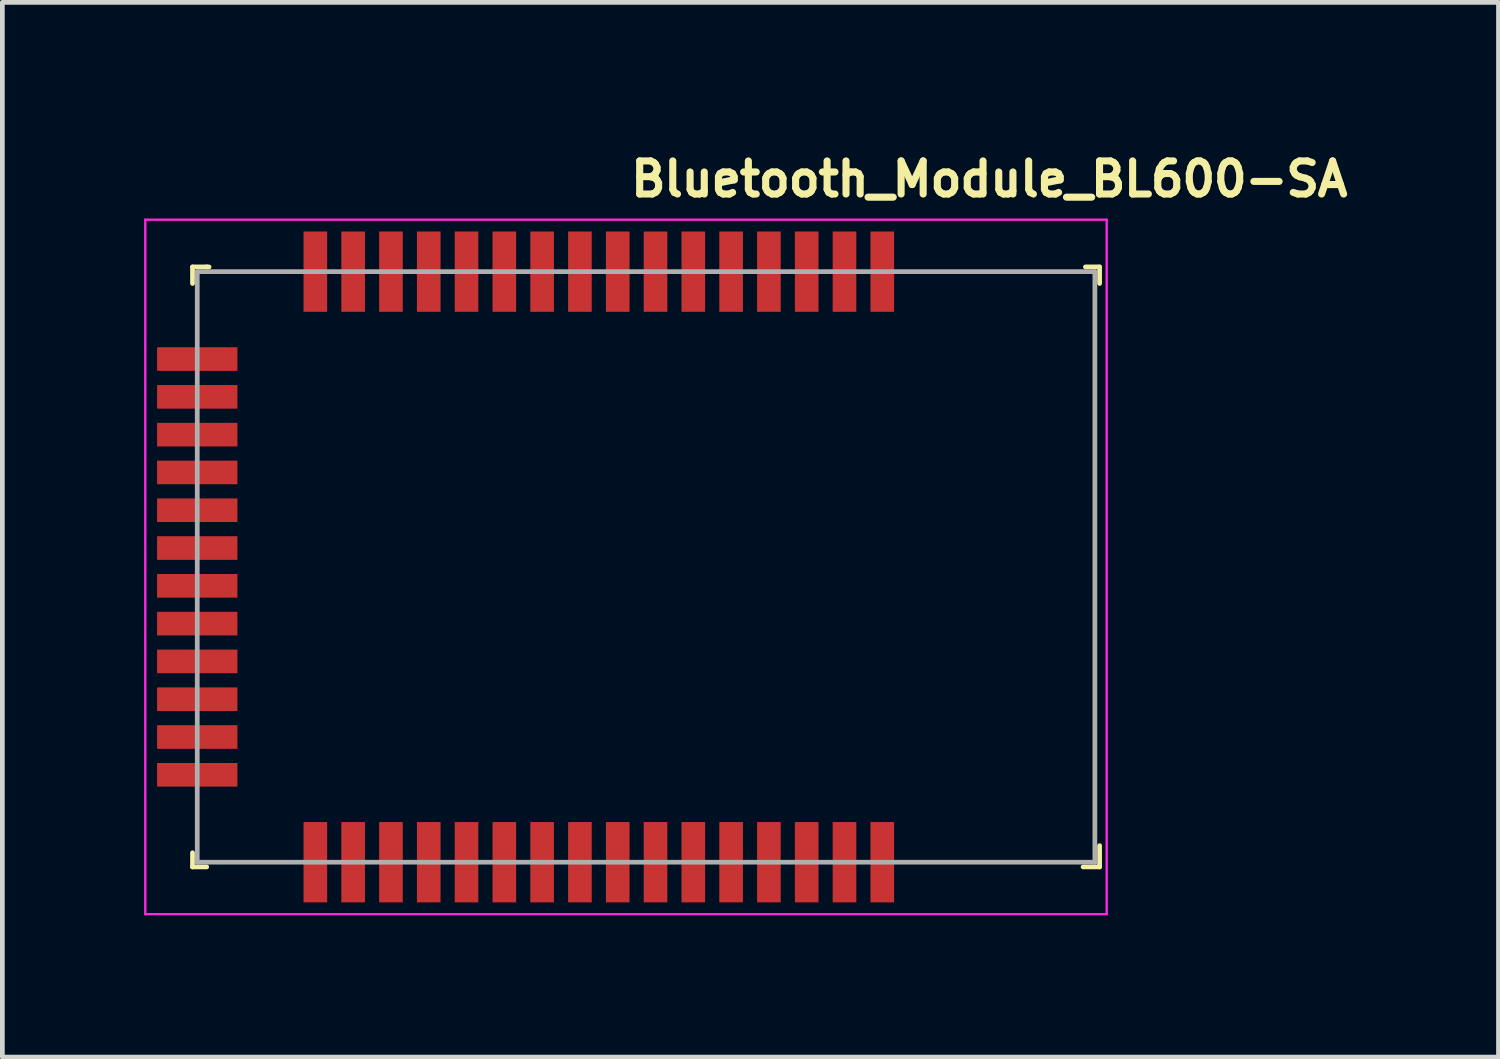
<source format=kicad_pcb>
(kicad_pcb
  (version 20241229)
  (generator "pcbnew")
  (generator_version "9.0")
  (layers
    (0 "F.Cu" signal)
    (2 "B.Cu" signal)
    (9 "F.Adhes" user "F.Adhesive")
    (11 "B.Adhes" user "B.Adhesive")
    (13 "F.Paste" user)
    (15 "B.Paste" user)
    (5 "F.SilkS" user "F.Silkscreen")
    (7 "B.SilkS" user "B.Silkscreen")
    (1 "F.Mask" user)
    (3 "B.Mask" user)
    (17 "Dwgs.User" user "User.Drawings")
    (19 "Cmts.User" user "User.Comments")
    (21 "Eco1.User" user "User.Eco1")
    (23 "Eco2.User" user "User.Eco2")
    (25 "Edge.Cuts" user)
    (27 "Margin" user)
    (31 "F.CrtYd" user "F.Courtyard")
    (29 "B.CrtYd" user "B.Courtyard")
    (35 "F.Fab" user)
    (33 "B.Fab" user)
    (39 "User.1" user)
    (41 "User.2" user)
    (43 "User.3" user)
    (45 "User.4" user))
  (footprint "Bluetooth_Module_BL600-SA"
    (layer "F.Cu")
    (at 10.225 8.55)
    (property "Reference" "Bluetooth_Module_BL600-SA" (at 0 -7.4 0) (layer "F.SilkS") (effects (font (size 0.7 0.7) (thickness 0.15)) (justify left bottom)))
    (attr smd)
    (fp_line (start -9.2 -5.95) (end -9.2 -5.6) (stroke (width 0.1) (type solid)) (layer "F.SilkS"))
    (fp_line (start -9.2 -5.95) (end -8.9 -5.95) (stroke (width 0.1) (type solid)) (layer "F.SilkS"))
    (fp_line (start -9.2 6.75) (end -9.2 6.45) (stroke (width 0.1) (type solid)) (layer "F.SilkS"))
    (fp_line (start -8.9 -5.95) (end -8.85 -5.95) (stroke (width 0.1) (type solid)) (layer "F.SilkS"))
    (fp_line (start -8.9 6.75) (end -9.2 6.75) (stroke (width 0.1) (type solid)) (layer "F.SilkS"))
    (fp_line (start 10 -5.95) (end 9.7 -5.95) (stroke (width 0.1) (type solid)) (layer "F.SilkS"))
    (fp_line (start 10 -5.95) (end 10 -5.6) (stroke (width 0.1) (type solid)) (layer "F.SilkS"))
    (fp_line (start 10 6.75) (end 9.65 6.75) (stroke (width 0.1) (type solid)) (layer "F.SilkS"))
    (fp_line (start 10 6.75) (end 10 6.3) (stroke (width 0.1) (type solid)) (layer "F.SilkS"))
    (fp_line (start -10.2 7.75) (end -10.2 -6.95) (stroke (width 0.05) (type solid)) (layer "F.CrtYd"))
    (fp_line (start 10.15 -6.95) (end -10.2 -6.95) (stroke (width 0.05) (type solid)) (layer "F.CrtYd"))
    (fp_line (start 10.15 7.75) (end -10.2 7.75) (stroke (width 0.05) (type solid)) (layer "F.CrtYd"))
    (fp_line (start 10.15 7.75) (end 10.15 -6.95) (stroke (width 0.05) (type solid)) (layer "F.CrtYd"))
    (fp_line (start -9.1 -5.85) (end -9.1 6.65) (stroke (width 0.1) (type solid)) (layer "F.Fab"))
    (fp_line (start 9.9 -5.85) (end -9.1 -5.85) (stroke (width 0.1) (type solid)) (layer "F.Fab"))
    (fp_line (start 9.9 -5.85) (end 9.9 6.65) (stroke (width 0.1) (type solid)) (layer "F.Fab"))
    (fp_line (start 9.9 6.65) (end -9.1 6.65) (stroke (width 0.1) (type solid)) (layer "F.Fab"))
    (fp_line (start -9.142 -5.877) (end -9.142 6.623) (stroke (width 0.1) (type solid)) (layer "User.9"))
    (fp_line (start -9.142 -5.877) (end -8.848 -5.877) (stroke (width 0.1) (type solid)) (layer "User.9"))
    (fp_line (start -9.142 6.623) (end -8.848 6.623) (stroke (width 0.1) (type solid)) (layer "User.9"))
    (fp_line (start -8.402 -3.027) (end -8.402 3.773) (stroke (width 0.1) (type solid)) (layer "User.9"))
    (fp_line (start -8.402 3.773) (end -6.102 6.073) (stroke (width 0.1) (type solid)) (layer "User.9"))
    (fp_line (start -7.235 -5.877) (end 9.858 -5.877) (stroke (width 0.1) (type solid)) (layer "User.9"))
    (fp_line (start -7.235 6.623) (end 9.858 6.623) (stroke (width 0.1) (type solid)) (layer "User.9"))
    (fp_line (start -6.102 -5.327) (end -8.402 -3.027) (stroke (width 0.1) (type solid)) (layer "User.9"))
    (fp_line (start -6.102 6.073) (end 5.818 6.073) (stroke (width 0.1) (type solid)) (layer "User.9"))
    (fp_line (start 5.818 -5.327) (end -6.102 -5.327) (stroke (width 0.1) (type solid)) (layer "User.9"))
    (fp_line (start 5.818 6.073) (end 5.818 -5.327) (stroke (width 0.1) (type solid)) (layer "User.9"))
    (fp_line (start 7.008 0.423) (end 7.008 1.023) (stroke (width 0.1) (type solid)) (layer "User.9"))
    (fp_line (start 7.008 1.023) (end 7.008 4.823) (stroke (width 0.1) (type solid)) (layer "User.9"))
    (fp_line (start 7.008 1.023) (end 9.008 1.023) (stroke (width 0.1) (type solid)) (layer "User.9"))
    (fp_line (start 7.008 4.823) (end 7.008 5.423) (stroke (width 0.1) (type solid)) (layer "User.9"))
    (fp_line (start 7.008 4.823) (end 9.008 4.823) (stroke (width 0.1) (type solid)) (layer "User.9"))
    (fp_line (start 7.008 5.423) (end 9.008 5.423) (stroke (width 0.1) (type solid)) (layer "User.9"))
    (fp_line (start 9.008 0.423) (end 7.008 0.423) (stroke (width 0.1) (type solid)) (layer "User.9"))
    (fp_line (start 9.008 1.023) (end 7.008 1.023) (stroke (width 0.1) (type solid)) (layer "User.9"))
    (fp_line (start 9.008 1.023) (end 9.008 0.423) (stroke (width 0.1) (type solid)) (layer "User.9"))
    (fp_line (start 9.008 4.823) (end 7.008 4.823) (stroke (width 0.1) (type solid)) (layer "User.9"))
    (fp_line (start 9.008 4.823) (end 9.008 1.023) (stroke (width 0.1) (type solid)) (layer "User.9"))
    (fp_line (start 9.008 5.423) (end 9.008 4.823) (stroke (width 0.1) (type solid)) (layer "User.9"))
    (fp_line (start 9.858 -5.877) (end 9.858 -2.683) (stroke (width 0.1) (type solid)) (layer "User.9"))
    (fp_line (start 9.858 -1.07) (end 9.858 6.623) (stroke (width 0.1) (type solid)) (layer "User.9"))
    (fp_arc (start -8.848363 6.623455) (mid -8.041913 5.817005) (end -7.235463 6.623455) (stroke (width 0.1) (type default)) (layer "User.9"))
    (fp_arc (start -7.235463 -5.876545) (mid -8.041913 -5.070095) (end -8.848363 -5.876545) (stroke (width 0.1) (type default)) (layer "User.9"))
    (fp_arc (start 9.858087 -1.070096) (mid 9.051637 -1.876546) (end 9.858087 -2.682996) (stroke (width 0.1) (type default)) (layer "User.9"))
    (fp_circle (center -6.402 -2.127) (end -5.817 -2.127) (stroke (width 0.1) (type default)) (fill no) (layer "User.9"))
    (fp_circle (center -6.402 0.373) (end -5.817 0.373) (stroke (width 0.1) (type default)) (fill no) (layer "User.9"))
    (fp_circle (center -6.402 2.873) (end -5.817 2.873) (stroke (width 0.1) (type default)) (fill no) (layer "User.9"))
    (fp_circle (center -3.702 -3.827) (end -3.117 -3.827) (stroke (width 0.1) (type default)) (fill no) (layer "User.9"))
    (fp_circle (center -3.702 4.573) (end -3.117 4.573) (stroke (width 0.1) (type default)) (fill no) (layer "User.9"))
    (fp_circle (center -1.282 -3.827) (end -0.697 -3.827) (stroke (width 0.1) (type default)) (fill no) (layer "User.9"))
    (fp_circle (center -1.282 4.573) (end -0.697 4.573) (stroke (width 0.1) (type default)) (fill no) (layer "User.9"))
    (fp_circle (center 1.308 -3.827) (end 1.893 -3.827) (stroke (width 0.1) (type default)) (fill no) (layer "User.9"))
    (fp_circle (center 1.308 4.573) (end 1.893 4.573) (stroke (width 0.1) (type default)) (fill no) (layer "User.9"))
    (fp_circle (center 3.818 -2.127) (end 4.403 -2.127) (stroke (width 0.1) (type default)) (fill no) (layer "User.9"))
    (fp_circle (center 3.818 0.373) (end 4.403 0.373) (stroke (width 0.1) (type default)) (fill no) (layer "User.9"))
    (fp_circle (center 3.818 2.873) (end 4.403 2.873) (stroke (width 0.1) (type default)) (fill no) (layer "User.9"))
    (pad "1" smd rect (at -9.1 -4 270) (size 0.5 1.7) (layers "F.Cu" "F.Mask" "F.Paste"))
    (pad "2" smd rect (at -9.1 -3.2 270) (size 0.5 1.7) (layers "F.Cu" "F.Mask" "F.Paste"))
    (pad "3" smd rect (at -9.1 -2.4 270) (size 0.5 1.7) (layers "F.Cu" "F.Mask" "F.Paste"))
    (pad "4" smd rect (at -9.1 -1.6 270) (size 0.5 1.7) (layers "F.Cu" "F.Mask" "F.Paste"))
    (pad "5" smd rect (at -9.1 -0.8 270) (size 0.5 1.7) (layers "F.Cu" "F.Mask" "F.Paste"))
    (pad "6" smd rect (at -9.1 0 270) (size 0.5 1.7) (layers "F.Cu" "F.Mask" "F.Paste"))
    (pad "7" smd rect (at -9.1 0.8 270) (size 0.5 1.7) (layers "F.Cu" "F.Mask" "F.Paste"))
    (pad "8" smd rect (at -9.1 1.6 270) (size 0.5 1.7) (layers "F.Cu" "F.Mask" "F.Paste"))
    (pad "9" smd rect (at -9.1 2.4 270) (size 0.5 1.7) (layers "F.Cu" "F.Mask" "F.Paste"))
    (pad "10" smd rect (at -9.1 3.2 270) (size 0.5 1.7) (layers "F.Cu" "F.Mask" "F.Paste"))
    (pad "11" smd rect (at -9.1 4 270) (size 0.5 1.7) (layers "F.Cu" "F.Mask" "F.Paste"))
    (pad "12" smd rect (at -9.1 4.8 270) (size 0.5 1.7) (layers "F.Cu" "F.Mask" "F.Paste"))
    (pad "13" smd rect (at -6.6 6.65 270) (size 1.7 0.5) (layers "F.Cu" "F.Mask" "F.Paste"))
    (pad "14" smd rect (at -5.8 6.65 270) (size 1.7 0.5) (layers "F.Cu" "F.Mask" "F.Paste"))
    (pad "15" smd rect (at -5 6.65 270) (size 1.7 0.5) (layers "F.Cu" "F.Mask" "F.Paste"))
    (pad "16" smd rect (at -4.2 6.65 270) (size 1.7 0.5) (layers "F.Cu" "F.Mask" "F.Paste"))
    (pad "17" smd rect (at -3.4 6.65 270) (size 1.7 0.5) (layers "F.Cu" "F.Mask" "F.Paste"))
    (pad "18" smd rect (at -2.6 6.65 270) (size 1.7 0.5) (layers "F.Cu" "F.Mask" "F.Paste"))
    (pad "19" smd rect (at -1.8 6.65 270) (size 1.7 0.5) (layers "F.Cu" "F.Mask" "F.Paste"))
    (pad "20" smd rect (at -1 6.65 270) (size 1.7 0.5) (layers "F.Cu" "F.Mask" "F.Paste"))
    (pad "21" smd rect (at -0.2 6.65 270) (size 1.7 0.5) (layers "F.Cu" "F.Mask" "F.Paste"))
    (pad "22" smd rect (at 0.6 6.65 270) (size 1.7 0.5) (layers "F.Cu" "F.Mask" "F.Paste"))
    (pad "23" smd rect (at 1.4 6.65 270) (size 1.7 0.5) (layers "F.Cu" "F.Mask" "F.Paste"))
    (pad "24" smd rect (at 2.2 6.65 270) (size 1.7 0.5) (layers "F.Cu" "F.Mask" "F.Paste"))
    (pad "25" smd rect (at 3 6.65 270) (size 1.7 0.5) (layers "F.Cu" "F.Mask" "F.Paste"))
    (pad "26" smd rect (at 3.8 6.65 270) (size 1.7 0.5) (layers "F.Cu" "F.Mask" "F.Paste"))
    (pad "27" smd rect (at 4.6 6.65 270) (size 1.7 0.5) (layers "F.Cu" "F.Mask" "F.Paste"))
    (pad "28" smd rect (at 5.4 6.65 270) (size 1.7 0.5) (layers "F.Cu" "F.Mask" "F.Paste"))
    (pad "29" smd rect (at 5.4 -5.85 270) (size 1.7 0.5) (layers "F.Cu" "F.Mask" "F.Paste"))
    (pad "30" smd rect (at 4.6 -5.85 270) (size 1.7 0.5) (layers "F.Cu" "F.Mask" "F.Paste"))
    (pad "31" smd rect (at 3.8 -5.85 270) (size 1.7 0.5) (layers "F.Cu" "F.Mask" "F.Paste"))
    (pad "32" smd rect (at 3 -5.85 270) (size 1.7 0.5) (layers "F.Cu" "F.Mask" "F.Paste"))
    (pad "33" smd rect (at 2.2 -5.85 270) (size 1.7 0.5) (layers "F.Cu" "F.Mask" "F.Paste"))
    (pad "34" smd rect (at 1.4 -5.85 270) (size 1.7 0.5) (layers "F.Cu" "F.Mask" "F.Paste"))
    (pad "35" smd rect (at 0.6 -5.85 270) (size 1.7 0.5) (layers "F.Cu" "F.Mask" "F.Paste"))
    (pad "36" smd rect (at -0.2 -5.85 270) (size 1.7 0.5) (layers "F.Cu" "F.Mask" "F.Paste"))
    (pad "37" smd rect (at -1 -5.85 270) (size 1.7 0.5) (layers "F.Cu" "F.Mask" "F.Paste"))
    (pad "38" smd rect (at -1.8 -5.85 270) (size 1.7 0.5) (layers "F.Cu" "F.Mask" "F.Paste"))
    (pad "39" smd rect (at -2.6 -5.85 270) (size 1.7 0.5) (layers "F.Cu" "F.Mask" "F.Paste"))
    (pad "40" smd rect (at -3.4 -5.85 270) (size 1.7 0.5) (layers "F.Cu" "F.Mask" "F.Paste"))
    (pad "41" smd rect (at -4.2 -5.85 270) (size 1.7 0.5) (layers "F.Cu" "F.Mask" "F.Paste"))
    (pad "42" smd rect (at -5 -5.85 270) (size 1.7 0.5) (layers "F.Cu" "F.Mask" "F.Paste"))
    (pad "43" smd rect (at -5.8 -5.85 270) (size 1.7 0.5) (layers "F.Cu" "F.Mask" "F.Paste"))
    (pad "44" smd rect (at -6.6 -5.85 270) (size 1.7 0.5) (layers "F.Cu" "F.Mask" "F.Paste")))
  (gr_rect
    (start -3 -3)
    (end 28.668 19.325)
    (stroke (width 0.1) (type default))
    (fill no)
    (layer "Edge.Cuts")))
</source>
